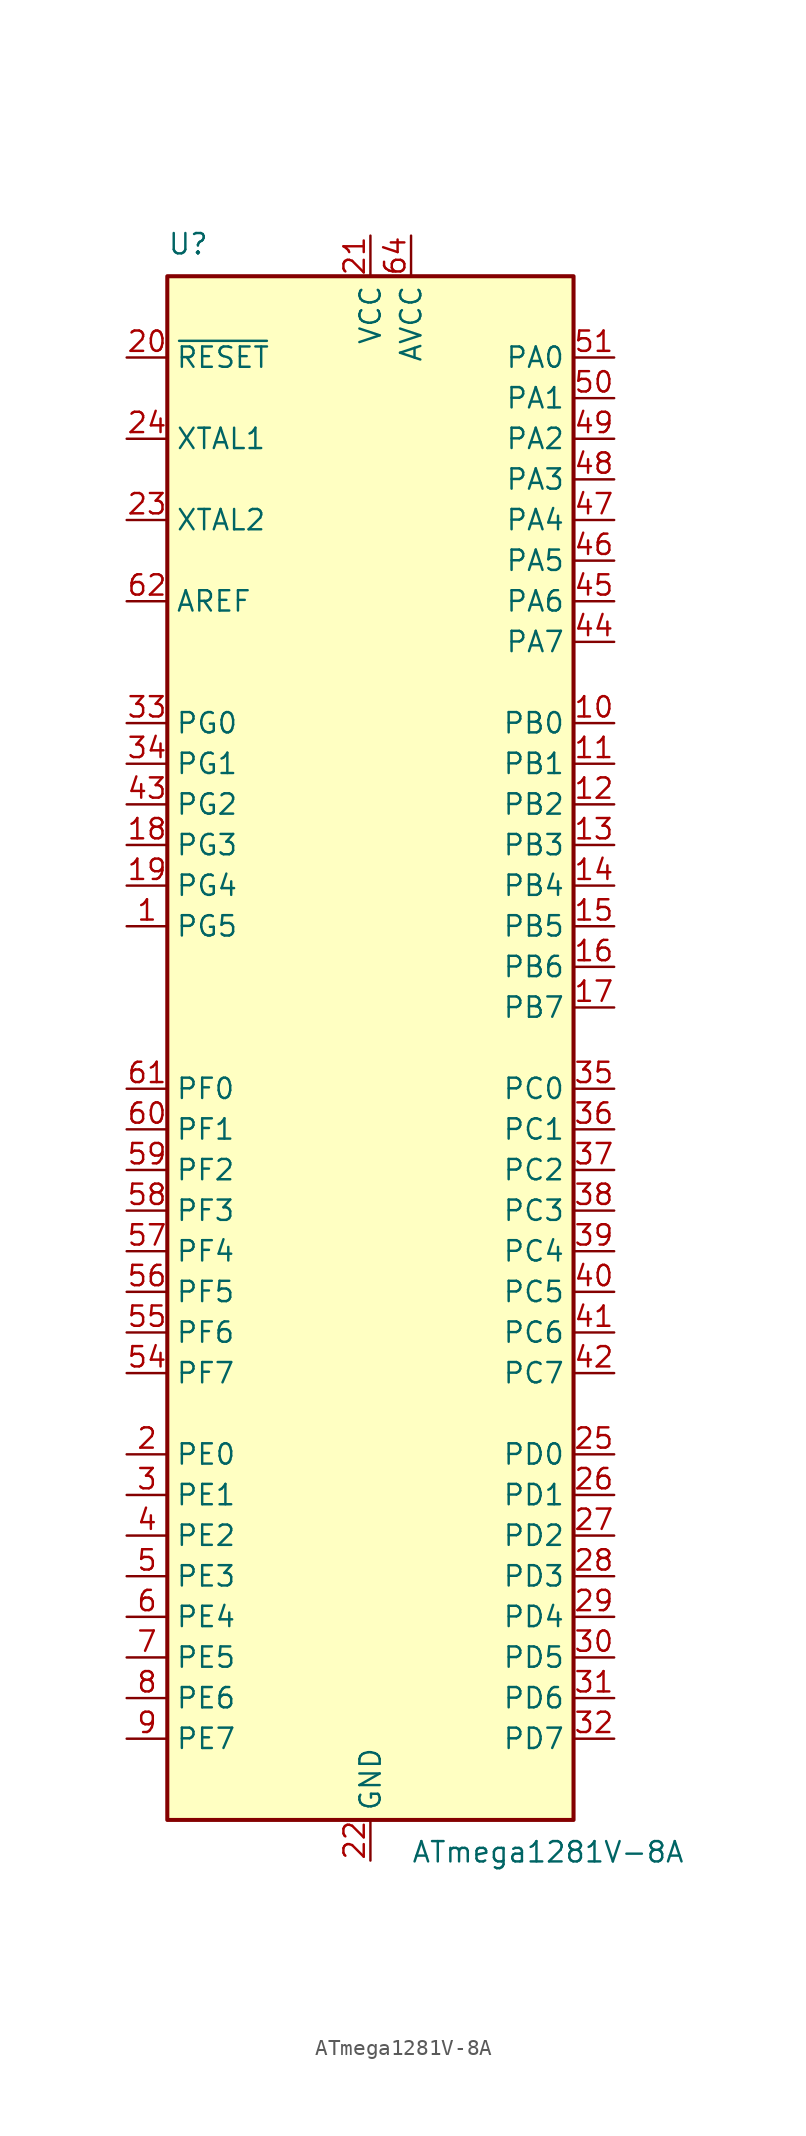
<source format=kicad_sym>
(kicad_symbol_lib
  (version 20211014)
  (generator kicad_symbol_editor)
  (symbol "ATmega1281V-8A"
    (property "Reference" "U"
      (at -12.7 49.53 0)
      (effects (font (size 1.27 1.27)) (justify left bottom)))
    (property "Value" "ATmega1281V-8A"
      (at 2.54 -49.53 0)
      (effects (font (size 1.27 1.27)) (justify left top)))
    (symbol "ATmega1281V-8A_0_1"
      (rectangle (start -12.7 -48.26) (end 12.7 48.26) (stroke (width 0.254) (type default) (color 0 0 0 0)) (fill (type background))))
    (symbol "ATmega1281V-8A_1_1"
      (pin bidirectional line (at -15.24 7.62 0) (length 2.54) (name "PG5" (effects (font (size 1.27 1.27)))) (number "1" (effects (font (size 1.27 1.27)))))
      (pin bidirectional line (at 15.24 20.32 180) (length 2.54) (name "PB0" (effects (font (size 1.27 1.27)))) (number "10" (effects (font (size 1.27 1.27)))))
      (pin bidirectional line (at 15.24 17.78 180) (length 2.54) (name "PB1" (effects (font (size 1.27 1.27)))) (number "11" (effects (font (size 1.27 1.27)))))
      (pin bidirectional line (at 15.24 15.24 180) (length 2.54) (name "PB2" (effects (font (size 1.27 1.27)))) (number "12" (effects (font (size 1.27 1.27)))))
      (pin bidirectional line (at 15.24 12.7 180) (length 2.54) (name "PB3" (effects (font (size 1.27 1.27)))) (number "13" (effects (font (size 1.27 1.27)))))
      (pin bidirectional line (at 15.24 10.16 180) (length 2.54) (name "PB4" (effects (font (size 1.27 1.27)))) (number "14" (effects (font (size 1.27 1.27)))))
      (pin bidirectional line (at 15.24 7.62 180) (length 2.54) (name "PB5" (effects (font (size 1.27 1.27)))) (number "15" (effects (font (size 1.27 1.27)))))
      (pin bidirectional line (at 15.24 5.08 180) (length 2.54) (name "PB6" (effects (font (size 1.27 1.27)))) (number "16" (effects (font (size 1.27 1.27)))))
      (pin bidirectional line (at 15.24 2.54 180) (length 2.54) (name "PB7" (effects (font (size 1.27 1.27)))) (number "17" (effects (font (size 1.27 1.27)))))
      (pin bidirectional line (at -15.24 12.7 0) (length 2.54) (name "PG3" (effects (font (size 1.27 1.27)))) (number "18" (effects (font (size 1.27 1.27)))))
      (pin bidirectional line (at -15.24 10.16 0) (length 2.54) (name "PG4" (effects (font (size 1.27 1.27)))) (number "19" (effects (font (size 1.27 1.27)))))
      (pin bidirectional line (at -15.24 -25.4 0) (length 2.54) (name "PE0" (effects (font (size 1.27 1.27)))) (number "2" (effects (font (size 1.27 1.27)))))
      (pin input line (at -15.24 43.18 0) (length 2.54) (name "~{RESET}" (effects (font (size 1.27 1.27)))) (number "20" (effects (font (size 1.27 1.27)))))
      (pin power_in line (at 0 50.8 270) (length 2.54) (name "VCC" (effects (font (size 1.27 1.27)))) (number "21" (effects (font (size 1.27 1.27)))))
      (pin power_in line (at 0 -50.8 90) (length 2.54) (name "GND" (effects (font (size 1.27 1.27)))) (number "22" (effects (font (size 1.27 1.27)))))
      (pin output line (at -15.24 33.02 0) (length 2.54) (name "XTAL2" (effects (font (size 1.27 1.27)))) (number "23" (effects (font (size 1.27 1.27)))))
      (pin input line (at -15.24 38.1 0) (length 2.54) (name "XTAL1" (effects (font (size 1.27 1.27)))) (number "24" (effects (font (size 1.27 1.27)))))
      (pin bidirectional line (at 15.24 -25.4 180) (length 2.54) (name "PD0" (effects (font (size 1.27 1.27)))) (number "25" (effects (font (size 1.27 1.27)))))
      (pin bidirectional line (at 15.24 -27.94 180) (length 2.54) (name "PD1" (effects (font (size 1.27 1.27)))) (number "26" (effects (font (size 1.27 1.27)))))
      (pin bidirectional line (at 15.24 -30.48 180) (length 2.54) (name "PD2" (effects (font (size 1.27 1.27)))) (number "27" (effects (font (size 1.27 1.27)))))
      (pin bidirectional line (at 15.24 -33.02 180) (length 2.54) (name "PD3" (effects (font (size 1.27 1.27)))) (number "28" (effects (font (size 1.27 1.27)))))
      (pin bidirectional line (at 15.24 -35.56 180) (length 2.54) (name "PD4" (effects (font (size 1.27 1.27)))) (number "29" (effects (font (size 1.27 1.27)))))
      (pin bidirectional line (at -15.24 -27.94 0) (length 2.54) (name "PE1" (effects (font (size 1.27 1.27)))) (number "3" (effects (font (size 1.27 1.27)))))
      (pin bidirectional line (at 15.24 -38.1 180) (length 2.54) (name "PD5" (effects (font (size 1.27 1.27)))) (number "30" (effects (font (size 1.27 1.27)))))
      (pin bidirectional line (at 15.24 -40.64 180) (length 2.54) (name "PD6" (effects (font (size 1.27 1.27)))) (number "31" (effects (font (size 1.27 1.27)))))
      (pin bidirectional line (at 15.24 -43.18 180) (length 2.54) (name "PD7" (effects (font (size 1.27 1.27)))) (number "32" (effects (font (size 1.27 1.27)))))
      (pin bidirectional line (at -15.24 20.32 0) (length 2.54) (name "PG0" (effects (font (size 1.27 1.27)))) (number "33" (effects (font (size 1.27 1.27)))))
      (pin bidirectional line (at -15.24 17.78 0) (length 2.54) (name "PG1" (effects (font (size 1.27 1.27)))) (number "34" (effects (font (size 1.27 1.27)))))
      (pin bidirectional line (at 15.24 -2.54 180) (length 2.54) (name "PC0" (effects (font (size 1.27 1.27)))) (number "35" (effects (font (size 1.27 1.27)))))
      (pin bidirectional line (at 15.24 -5.08 180) (length 2.54) (name "PC1" (effects (font (size 1.27 1.27)))) (number "36" (effects (font (size 1.27 1.27)))))
      (pin bidirectional line (at 15.24 -7.62 180) (length 2.54) (name "PC2" (effects (font (size 1.27 1.27)))) (number "37" (effects (font (size 1.27 1.27)))))
      (pin bidirectional line (at 15.24 -10.16 180) (length 2.54) (name "PC3" (effects (font (size 1.27 1.27)))) (number "38" (effects (font (size 1.27 1.27)))))
      (pin bidirectional line (at 15.24 -12.7 180) (length 2.54) (name "PC4" (effects (font (size 1.27 1.27)))) (number "39" (effects (font (size 1.27 1.27)))))
      (pin bidirectional line (at -15.24 -30.48 0) (length 2.54) (name "PE2" (effects (font (size 1.27 1.27)))) (number "4" (effects (font (size 1.27 1.27)))))
      (pin bidirectional line (at 15.24 -15.24 180) (length 2.54) (name "PC5" (effects (font (size 1.27 1.27)))) (number "40" (effects (font (size 1.27 1.27)))))
      (pin bidirectional line (at 15.24 -17.78 180) (length 2.54) (name "PC6" (effects (font (size 1.27 1.27)))) (number "41" (effects (font (size 1.27 1.27)))))
      (pin bidirectional line (at 15.24 -20.32 180) (length 2.54) (name "PC7" (effects (font (size 1.27 1.27)))) (number "42" (effects (font (size 1.27 1.27)))))
      (pin bidirectional line (at -15.24 15.24 0) (length 2.54) (name "PG2" (effects (font (size 1.27 1.27)))) (number "43" (effects (font (size 1.27 1.27)))))
      (pin bidirectional line (at 15.24 25.4 180) (length 2.54) (name "PA7" (effects (font (size 1.27 1.27)))) (number "44" (effects (font (size 1.27 1.27)))))
      (pin bidirectional line (at 15.24 27.94 180) (length 2.54) (name "PA6" (effects (font (size 1.27 1.27)))) (number "45" (effects (font (size 1.27 1.27)))))
      (pin bidirectional line (at 15.24 30.48 180) (length 2.54) (name "PA5" (effects (font (size 1.27 1.27)))) (number "46" (effects (font (size 1.27 1.27)))))
      (pin bidirectional line (at 15.24 33.02 180) (length 2.54) (name "PA4" (effects (font (size 1.27 1.27)))) (number "47" (effects (font (size 1.27 1.27)))))
      (pin bidirectional line (at 15.24 35.56 180) (length 2.54) (name "PA3" (effects (font (size 1.27 1.27)))) (number "48" (effects (font (size 1.27 1.27)))))
      (pin bidirectional line (at 15.24 38.1 180) (length 2.54) (name "PA2" (effects (font (size 1.27 1.27)))) (number "49" (effects (font (size 1.27 1.27)))))
      (pin bidirectional line (at -15.24 -33.02 0) (length 2.54) (name "PE3" (effects (font (size 1.27 1.27)))) (number "5" (effects (font (size 1.27 1.27)))))
      (pin bidirectional line (at 15.24 40.64 180) (length 2.54) (name "PA1" (effects (font (size 1.27 1.27)))) (number "50" (effects (font (size 1.27 1.27)))))
      (pin bidirectional line (at 15.24 43.18 180) (length 2.54) (name "PA0" (effects (font (size 1.27 1.27)))) (number "51" (effects (font (size 1.27 1.27)))))
      (pin passive line (at 0 50.8 270) (length 2.54) hide (name "VCC" (effects (font (size 1.27 1.27)))) (number "52" (effects (font (size 1.27 1.27)))))
      (pin passive line (at 0 -50.8 90) (length 2.54) hide (name "GND" (effects (font (size 1.27 1.27)))) (number "53" (effects (font (size 1.27 1.27)))))
      (pin bidirectional line (at -15.24 -20.32 0) (length 2.54) (name "PF7" (effects (font (size 1.27 1.27)))) (number "54" (effects (font (size 1.27 1.27)))))
      (pin bidirectional line (at -15.24 -17.78 0) (length 2.54) (name "PF6" (effects (font (size 1.27 1.27)))) (number "55" (effects (font (size 1.27 1.27)))))
      (pin bidirectional line (at -15.24 -15.24 0) (length 2.54) (name "PF5" (effects (font (size 1.27 1.27)))) (number "56" (effects (font (size 1.27 1.27)))))
      (pin bidirectional line (at -15.24 -12.7 0) (length 2.54) (name "PF4" (effects (font (size 1.27 1.27)))) (number "57" (effects (font (size 1.27 1.27)))))
      (pin bidirectional line (at -15.24 -10.16 0) (length 2.54) (name "PF3" (effects (font (size 1.27 1.27)))) (number "58" (effects (font (size 1.27 1.27)))))
      (pin bidirectional line (at -15.24 -7.62 0) (length 2.54) (name "PF2" (effects (font (size 1.27 1.27)))) (number "59" (effects (font (size 1.27 1.27)))))
      (pin bidirectional line (at -15.24 -35.56 0) (length 2.54) (name "PE4" (effects (font (size 1.27 1.27)))) (number "6" (effects (font (size 1.27 1.27)))))
      (pin bidirectional line (at -15.24 -5.08 0) (length 2.54) (name "PF1" (effects (font (size 1.27 1.27)))) (number "60" (effects (font (size 1.27 1.27)))))
      (pin bidirectional line (at -15.24 -2.54 0) (length 2.54) (name "PF0" (effects (font (size 1.27 1.27)))) (number "61" (effects (font (size 1.27 1.27)))))
      (pin passive line (at -15.24 27.94 0) (length 2.54) (name "AREF" (effects (font (size 1.27 1.27)))) (number "62" (effects (font (size 1.27 1.27)))))
      (pin passive line (at 0 -50.8 90) (length 2.54) hide (name "GND" (effects (font (size 1.27 1.27)))) (number "63" (effects (font (size 1.27 1.27)))))
      (pin power_in line (at 2.54 50.8 270) (length 2.54) (name "AVCC" (effects (font (size 1.27 1.27)))) (number "64" (effects (font (size 1.27 1.27)))))
      (pin bidirectional line (at -15.24 -38.1 0) (length 2.54) (name "PE5" (effects (font (size 1.27 1.27)))) (number "7" (effects (font (size 1.27 1.27)))))
      (pin bidirectional line (at -15.24 -40.64 0) (length 2.54) (name "PE6" (effects (font (size 1.27 1.27)))) (number "8" (effects (font (size 1.27 1.27)))))
      (pin bidirectional line (at -15.24 -43.18 0) (length 2.54) (name "PE7" (effects (font (size 1.27 1.27)))) (number "9" (effects (font (size 1.27 1.27))))))))
</source>
